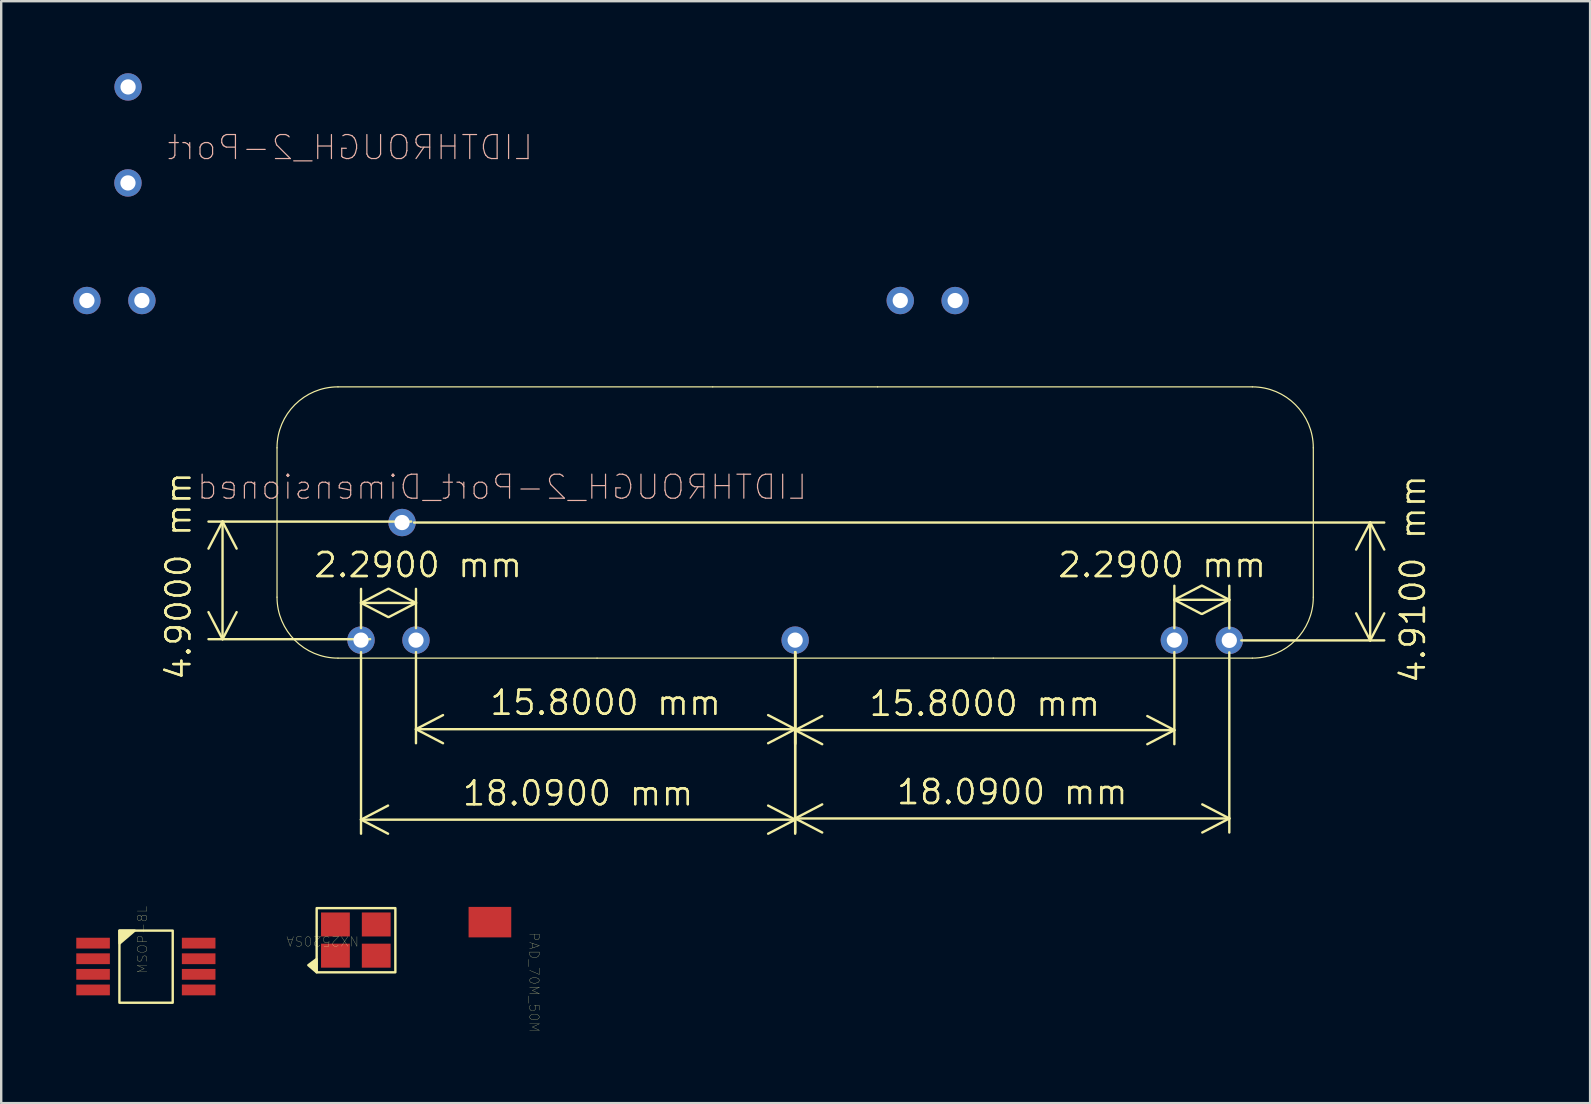
<source format=kicad_pcb>
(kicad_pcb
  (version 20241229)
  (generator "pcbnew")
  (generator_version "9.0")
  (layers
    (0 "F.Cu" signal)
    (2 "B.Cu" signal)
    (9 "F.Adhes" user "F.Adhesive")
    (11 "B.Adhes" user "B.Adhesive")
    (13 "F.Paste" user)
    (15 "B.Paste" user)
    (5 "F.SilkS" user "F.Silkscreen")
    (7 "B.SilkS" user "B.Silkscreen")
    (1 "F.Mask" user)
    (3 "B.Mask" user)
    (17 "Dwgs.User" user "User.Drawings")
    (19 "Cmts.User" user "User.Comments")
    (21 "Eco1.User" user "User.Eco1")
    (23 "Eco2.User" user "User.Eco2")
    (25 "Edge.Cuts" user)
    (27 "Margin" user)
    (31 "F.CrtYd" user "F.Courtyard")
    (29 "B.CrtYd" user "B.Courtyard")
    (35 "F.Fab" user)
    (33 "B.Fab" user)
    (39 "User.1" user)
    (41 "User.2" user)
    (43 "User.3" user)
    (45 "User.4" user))
  (footprint "MSOP-8L"
    (layer "F.Cu")
    (at 3.028 37.224)
    (property "Reference" "MSOP-8L" (at 0.091 0.322 90) (unlocked yes) (layer "F.SilkS") (effects (font (size 0.4 0.4) (thickness 0.01)) (justify left bottom)))
    (fp_rect (start -1.102 -1.498) (end 1.119 1.507) (stroke (width 0.1) (type default)) (fill no) (layer "F.SilkS"))
    (fp_poly (pts (xy -1.102 -1.498) (xy -0.465 -1.498) (xy -1.091 -0.964)) (stroke (width 0.1) (type solid)) (fill yes) (layer "F.SilkS"))
    (fp_line (start -2.45 1.5) (end -2.45 -1.5) (stroke (width 0.05) (type solid)) (layer "User.5"))
    (fp_line (start -0.3 -1.5) (end -2.45 -1.5) (stroke (width 0.05) (type solid)) (layer "User.5"))
    (fp_line (start 2.45 -1.5) (end 0.3 -1.5) (stroke (width 0.05) (type solid)) (layer "User.5"))
    (fp_line (start 2.45 1.5) (end -2.45 1.5) (stroke (width 0.05) (type solid)) (layer "User.5"))
    (fp_line (start 2.45 1.5) (end 2.45 -1.5) (stroke (width 0.05) (type solid)) (layer "User.5"))
    (fp_arc (start 0.30017 -1.50019) (mid 0.00017 -1.20019) (end -0.29983 -1.50019) (stroke (width 0.05) (type solid)) (layer "User.5"))
    (fp_text user "1" (at -2.601 -1.178 90) (unlocked yes) (layer "User.5") (effects (font (face "Arial") (size 0.315 0.315) (thickness 0.1)) (justify left bottom)))
    (pad "1" smd rect (at -2.2 -0.975) (size 1.4 0.45) (layers "F.Cu" "F.Mask" "F.Paste"))
    (pad "2" smd rect (at -2.2 -0.325) (size 1.4 0.45) (layers "F.Cu" "F.Mask" "F.Paste"))
    (pad "3" smd rect (at -2.2 0.325) (size 1.4 0.45) (layers "F.Cu" "F.Mask" "F.Paste"))
    (pad "4" smd rect (at -2.2 0.975) (size 1.4 0.45) (layers "F.Cu" "F.Mask" "F.Paste"))
    (pad "5" smd rect (at 2.2 0.975) (size 1.4 0.45) (layers "F.Cu" "F.Mask" "F.Paste"))
    (pad "6" smd rect (at 2.2 0.325) (size 1.4 0.45) (layers "F.Cu" "F.Mask" "F.Paste"))
    (pad "7" smd rect (at 2.2 -0.325) (size 1.4 0.45) (layers "F.Cu" "F.Mask" "F.Paste"))
    (pad "8" smd rect (at 2.2 -0.975) (size 1.4 0.45) (layers "F.Cu" "F.Mask" "F.Paste")))
  (footprint "NX2520SA"
    (layer "F.Cu")
    (at 11.777 36.121)
    (property "Reference" "NX2520SA" (at 0.148 -0.194 180) (unlocked yes) (layer "F.SilkS") (effects (font (size 0.4 0.4) (thickness 0.01)) (justify left bottom)))
    (fp_rect (start -1.632 -1.332) (end 1.647 1.343) (stroke (width 0.1) (type default)) (fill no) (layer "F.SilkS"))
    (fp_poly (pts (xy -1.632 1.343) (xy -1.98 1.046) (xy -1.637 0.791)) (stroke (width 0.1) (type solid)) (fill yes) (layer "F.SilkS"))
    (fp_line (start -1.25 -1) (end -1.25 0.8) (stroke (width 0.05) (type solid)) (layer "User.5"))
    (fp_line (start 1.25 -1) (end -1.25 -1) (stroke (width 0.05) (type solid)) (layer "User.5"))
    (fp_line (start 1.25 -1) (end 1.25 1) (stroke (width 0.05) (type solid)) (layer "User.5"))
    (fp_line (start 1.25 1) (end -1.05 1) (stroke (width 0.05) (type solid)) (layer "User.5"))
    (fp_arc (start -1.25 0.8) (mid -1.108579 0.858579) (end -1.05 1) (stroke (width 0.05) (type solid)) (layer "User.5"))
    (fp_text user "1" (at -1.301 0.644 180) (unlocked yes) (layer "User.5") (effects (font (face "Arial") (size 0.63 0.63) (thickness 0.1)) (justify left bottom)))
    (pad "1" smd rect (at -0.85 0.65) (size 1.2 1) (layers "F.Cu" "F.Mask" "F.Paste"))
    (pad "2" smd rect (at 0.85 0.65) (size 1.2 1) (layers "F.Cu" "F.Mask" "F.Paste"))
    (pad "3" smd rect (at 0.85 -0.65) (size 1.2 1) (layers "F.Cu" "F.Mask" "F.Paste"))
    (pad "4" smd rect (at -0.85 -0.65) (size 1.2 1) (layers "F.Cu" "F.Mask" "F.Paste")))
  (footprint "PAD_70M_50M"
    (layer "F.Cu")
    (at 17.364 35.374)
    (property "Reference" "PAD_70M_50M" (at 1.606 0.402 270) (unlocked yes) (layer "F.SilkS") (effects (font (size 0.4 0.4) (thickness 0.01)) (justify left bottom)))
    (attr exclude_from_bom)
    (pad "1" smd rect (at 0 0 180) (size 1.778 1.27) (layers "F.Cu" "F.Mask" "F.Paste")))
  (footprint "LIDTHROUGH_2-Port_Dimensioned"
    (layer "F.Cu")
    (at 30.083 18.723)
    (property "Reference" "LIDTHROUGH_2-Port_Dimensioned" (at 0.56 -0.89 0) (unlocked yes) (layer "B.SilkS") (effects (font (size 1 1) (thickness 0.05)) (justify left bottom mirror)))
    (fp_line (start -21.59 -3.113) (end -21.59 3.11) (stroke (width 0.05) (type solid)) (layer "F.SilkS"))
    (fp_line (start -19.05 5.65) (end -8.255 5.65) (stroke (width 0.05) (type solid)) (layer "F.SilkS"))
    (fp_line (start -8.255 5.65) (end 8.255 5.65) (stroke (width 0.05) (type default)) (layer "F.SilkS"))
    (fp_line (start -3.436 -5.653) (end -19.05 -5.653) (stroke (width 0.05) (type solid)) (layer "F.SilkS"))
    (fp_line (start -3.436 -5.653) (end 3.436 -5.653) (stroke (width 0.05) (type default)) (layer "F.SilkS"))
    (fp_line (start 3.436 -5.653) (end 19.05 -5.653) (stroke (width 0.05) (type solid)) (layer "F.SilkS"))
    (fp_line (start 8.255 5.65) (end 19.05 5.65) (stroke (width 0.05) (type solid)) (layer "F.SilkS"))
    (fp_line (start 21.59 3.11) (end 21.59 -3.113) (stroke (width 0.05) (type solid)) (layer "F.SilkS"))
    (fp_arc (start -21.59003 -3.11301) (mid -20.846111 -4.909101) (end -19.05002 -5.65302) (stroke (width 0.05) (type solid)) (layer "F.SilkS"))
    (fp_arc (start -19.05002 5.65) (mid -20.846078 4.906048) (end -21.59003 3.10999) (stroke (width 0.05) (type solid)) (layer "F.SilkS"))
    (fp_arc (start 19.05002 -5.65302) (mid 20.846086 -4.909076) (end 21.59003 -3.11301) (stroke (width 0.05) (type solid)) (layer "F.SilkS"))
    (fp_arc (start 21.59003 3.10999) (mid 20.8461 4.90607) (end 19.05002 5.65) (stroke (width 0.05) (type solid)) (layer "F.SilkS"))
    (dimension (type orthogonal) (layer "F.SilkS") (pts (xy 13.703 18.723) (xy 48.173 23.633)) (height 40.34) (orientation 1) (format (prefix "") (suffix "") (units 3) (units_format 1) (precision 4)) (style (thickness 0.1) (arrow_length 1.27) (text_position_mode 2) (arrow_direction outward) (extension_height 0.586) (extension_offset 0.5) (keep_text_aligned yes)) (gr_text "4.9100 mm" (at 55.823 21.083 90) (layer "F.SilkS") (effects (font (size 1 1) (thickness 0.1)))))
    (dimension (type orthogonal) (layer "F.SilkS") (pts (xy 45.883 23.623) (xy 48.173 23.633)) (height -1.68) (orientation 0) (format (prefix "") (suffix "") (units 3) (units_format 1) (precision 4)) (style (thickness 0.1) (arrow_length 1.27) (text_position_mode 2) (arrow_direction outward) (extension_height 0.586) (extension_offset 0.5) (keep_text_aligned yes)) (gr_text "2.2900 mm" (at 45.373 20.493 0) (layer "F.SilkS") (effects (font (size 1 1) (thickness 0.1)))))
    (dimension (type orthogonal) (layer "F.SilkS") (pts (xy 30.083 23.623) (xy 45.883 23.623)) (height 3.75) (orientation 0) (format (prefix "") (suffix "") (units 3) (units_format 1) (precision 4)) (style (thickness 0.1) (arrow_length 1.27) (text_position_mode 0) (arrow_direction outward) (extension_height 0.586) (extension_offset 0.5) (keep_text_aligned yes)) (gr_text "15.8000 mm" (at 37.983 26.273 0) (layer "F.SilkS") (effects (font (size 1 1) (thickness 0.1)))))
    (dimension (type orthogonal) (layer "F.SilkS") (pts (xy 30.083 23.623) (xy 14.283 23.623)) (height 3.71) (orientation 0) (format (prefix "") (suffix "") (units 3) (units_format 1) (precision 4)) (style (thickness 0.1) (arrow_length 1.27) (text_position_mode 0) (arrow_direction outward) (extension_height 0.586) (extension_offset 0.5) (keep_text_aligned yes)) (gr_text "15.8000 mm" (at 22.183 26.233 0) (layer "F.SilkS") (effects (font (size 1 1) (thickness 0.1)))))
    (dimension (type orthogonal) (layer "F.SilkS") (pts (xy 14.583 18.683) (xy 12.873 23.583)) (height -8.36) (orientation 1) (format (prefix "") (suffix "") (units 3) (units_format 1) (precision 4)) (style (thickness 0.1) (arrow_length 1.27) (text_position_mode 2) (arrow_direction outward) (extension_height 0.586) (extension_offset 0.5) (keep_text_aligned yes)) (gr_text "4.9000 mm" (at 4.383 20.953 90) (layer "F.SilkS") (effects (font (size 1 1) (thickness 0.1)))))
    (dimension (type orthogonal) (layer "F.SilkS") (pts (xy 30.083 23.623) (xy 11.993 23.623)) (height 7.48) (orientation 0) (format (prefix "") (suffix "") (units 3) (units_format 1) (precision 4)) (style (thickness 0.1) (arrow_length 1.27) (text_position_mode 0) (arrow_direction outward) (extension_height 0.586) (extension_offset 0.5) (keep_text_aligned yes)) (gr_text "18.0900 mm" (at 21.038 30.003 0) (layer "F.SilkS") (effects (font (size 1 1) (thickness 0.1)))))
    (dimension (type orthogonal) (layer "F.SilkS") (pts (xy 30.083 23.623) (xy 48.173 23.633)) (height 7.43) (orientation 0) (format (prefix "") (suffix "") (units 3) (units_format 1) (precision 4)) (style (thickness 0.1) (arrow_length 1.27) (text_position_mode 0) (arrow_direction outward) (extension_height 0.586) (extension_offset 0.5) (keep_text_aligned yes)) (gr_text "18.0900 mm" (at 39.128 29.953 0) (layer "F.SilkS") (effects (font (size 1 1) (thickness 0.1)))))
    (dimension (type orthogonal) (layer "F.SilkS") (pts (xy 14.283 23.623) (xy 11.993 23.623)) (height -1.55) (orientation 0) (format (prefix "") (suffix "") (units 3) (units_format 1) (precision 4)) (style (thickness 0.1) (arrow_length 1.27) (text_position_mode 2) (arrow_direction outward) (extension_height 0.586) (extension_offset 0.5) (keep_text_aligned yes)) (gr_text "2.2900 mm" (at 14.373 20.493 0) (layer "F.SilkS") (effects (font (size 1 1) (thickness 0.1)))))
    (pad "1" thru_hole circle (at -18.09 4.9 270) (size 1.143 1.143) (drill 0.635) (layers "*.Cu" "*.Mask"))
    (pad "2" thru_hole circle (at -15.8 4.9 270) (size 1.143 1.143) (drill 0.635) (layers "*.Cu" "*.Mask"))
    (pad "3" thru_hole circle (at 15.8 4.9 270) (size 1.143 1.143) (drill 0.635) (layers "*.Cu" "*.Mask"))
    (pad "4" thru_hole circle (at 18.09 4.91 270) (size 1.143 1.143) (drill 0.635) (layers "*.Cu" "*.Mask"))
    (pad "5" thru_hole circle (at -16.38 0 270) (size 1.143 1.143) (drill 0.635) (layers "*.Cu" "*.Mask"))
    (pad "6" thru_hole circle (at 0 4.9 270) (size 1.143 1.143) (drill 0.635) (layers "*.Cu" "*.Mask")))
  (footprint "LIDTHROUGH_2-Port"
    (layer "F.Cu")
    (at 18.662 4.572)
    (property "Reference" "LIDTHROUGH_2-Port" (at 0.56 -0.89 0) (unlocked yes) (layer "B.SilkS") (effects (font (size 1 1) (thickness 0.05)) (justify left bottom mirror)))
    (pad "1" thru_hole circle (at -18.09 4.9 270) (size 1.143 1.143) (drill 0.635) (layers "*.Cu" "*.Mask"))
    (pad "2" thru_hole circle (at -15.8 4.9 270) (size 1.143 1.143) (drill 0.635) (layers "*.Cu" "*.Mask"))
    (pad "3" thru_hole circle (at 15.8 4.9 270) (size 1.143 1.143) (drill 0.635) (layers "*.Cu" "*.Mask"))
    (pad "4" thru_hole circle (at 18.087 4.902 270) (size 1.142 1.142) (drill 0.635) (layers "*.Cu" "*.Mask"))
    (pad "5" thru_hole circle (at -16.38 0 270) (size 1.143 1.143) (drill 0.635) (layers "*.Cu" "*.Mask"))
    (pad "6" thru_hole circle (at -16.375 -4 270) (size 1.143 1.143) (drill 0.635) (layers "*.Cu" "*.Mask")))
  (gr_rect
    (start -3 -3)
    (end 63.207 42.916)
    (stroke (width 0.1) (type default))
    (fill no)
    (layer "Edge.Cuts")))
</source>
